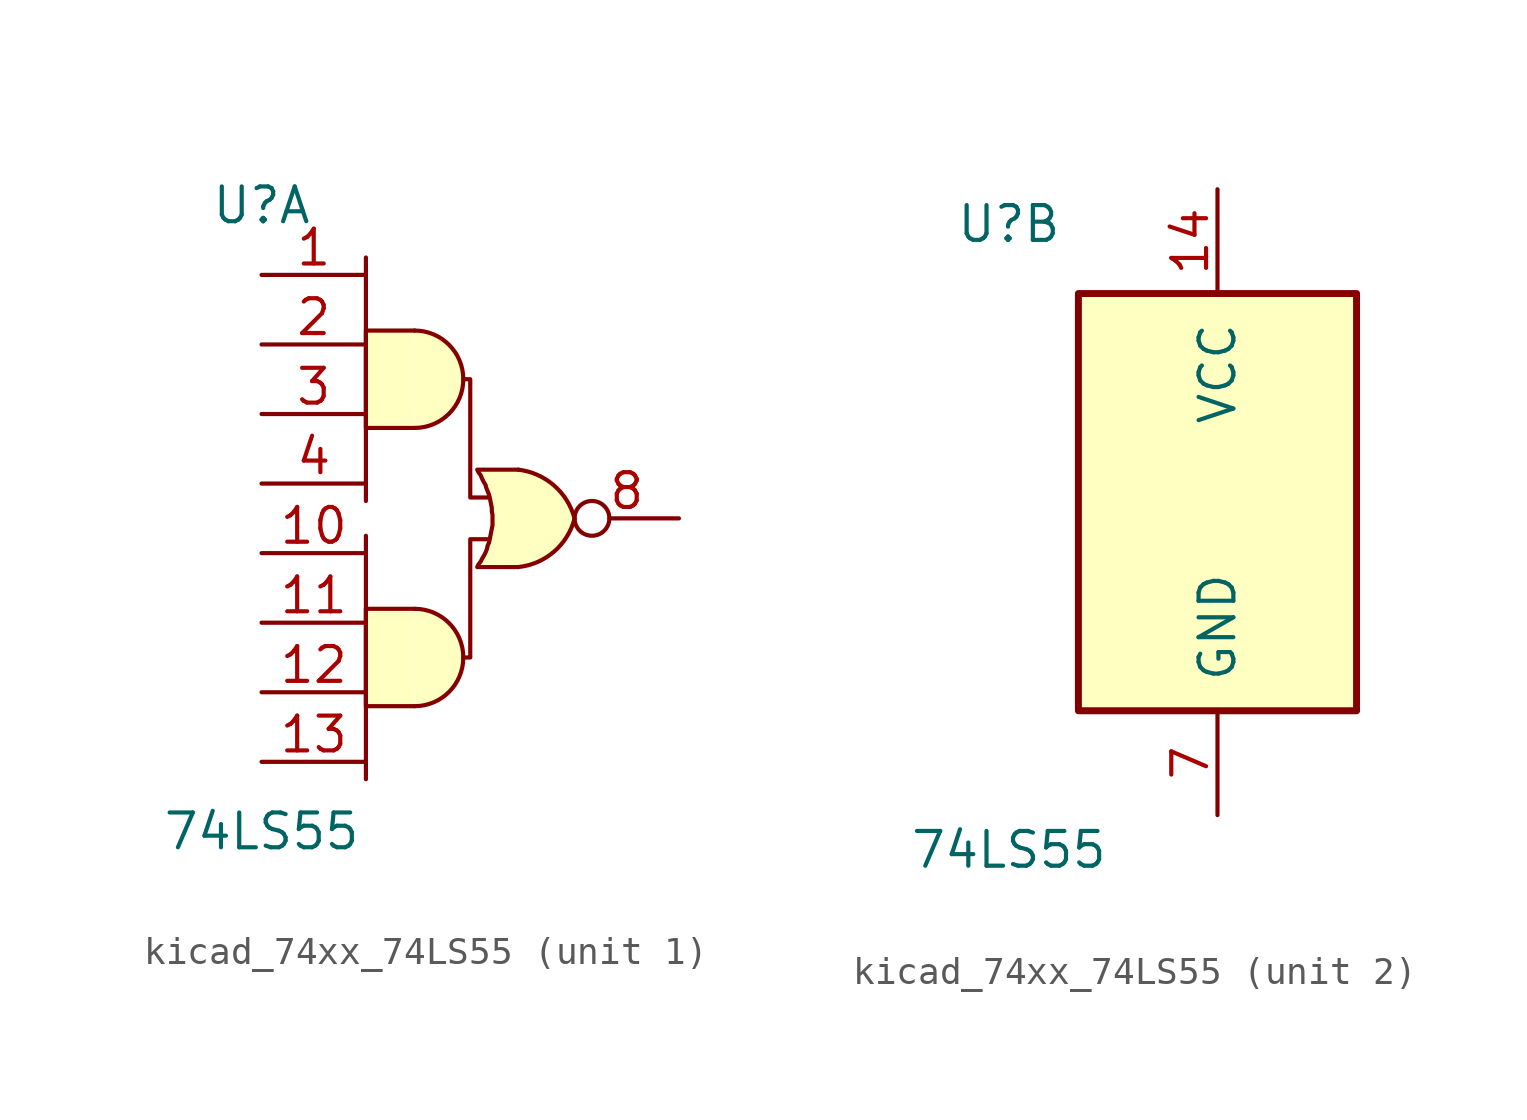
<source format=kicad_sym>
(kicad_symbol_lib
  (version 20220914)
  (generator kicad_symbol_editor)
  (symbol "kicad_74xx_74LS55"
    (pin_names
      (offset 1.016))
    (property "Reference" "U"
      (at -7.62 10.16 0)
      (effects (font (size 1.27 1.27))))
    (property "Value" "74LS55"
      (at -7.62 -12.7 0)
      (effects (font (size 1.27 1.27))))
    (property "ki_locked" ""
      (at 0 0 0)
      (effects (font (size 1.27 1.27))))
    (symbol "kicad_74xx_74LS55_1_0"
      (arc (start -2.032 -8.128) (mid -0.2617 -6.35) (end -2.032 -4.572) (stroke (width 0) (type default)) (fill (type background)))
      (arc (start -2.032 2.032) (mid -0.2617 3.81) (end -2.032 5.588) (stroke (width 0) (type default)) (fill (type background)))
      (polyline (pts (xy -3.81 -1.905) (xy -3.81 -10.795)) (stroke (width 0) (type default)) (fill (type none)))
      (polyline (pts (xy -3.81 8.255) (xy -3.81 -0.635)) (stroke (width 0) (type default)) (fill (type none)))
      (polyline (pts (xy -2.032 -4.572) (xy -3.81 -4.572) (xy -3.81 -8.128) (xy -2.032 -8.128)) (stroke (width 0) (type default)) (fill (type background)))
      (polyline (pts (xy -2.032 5.588) (xy -3.81 5.588) (xy -3.81 2.032) (xy -2.032 2.032)) (stroke (width 0) (type default)) (fill (type background)))
      (polyline (pts (xy -0.254 3.81) (xy 0 3.81) (xy 0 -0.508) (xy 0.635 -0.508)) (stroke (width 0) (type default)) (fill (type none)))
      (polyline (pts (xy 0.635 -2.032) (xy 0 -2.032) (xy 0 -6.35) (xy -0.254 -6.35)) (stroke (width 0) (type default)) (fill (type none)))
      (polyline (pts (xy 1.753 0.508) (xy 0.254 0.508) (xy 0.254 0.508) (xy 0.305 0.406) (xy 0.381 0.305) (xy 0.432 0.178) (xy 0.483 0.076) (xy 0.559 -0.051) (xy 0.584 -0.152) (xy 0.635 -0.279) (xy 0.686 -0.406) (xy 0.711 -0.508) (xy 0.737 -0.635) (xy 0.762 -0.762) (xy 0.787 -0.889) (xy 0.787 -1.016) (xy 0.813 -1.143) (xy 0.813 -1.27) (xy 0.813 -1.397) (xy 0.813 -1.524) (xy 0.787 -1.651) (xy 0.762 -1.778) (xy 0.737 -1.905) (xy 0.711 -2.032) (xy 0.686 -2.159) (xy 0.635 -2.261) (xy 0.61 -2.388) (xy 0.559 -2.515) (xy 0.508 -2.616) (xy 0.432 -2.743) (xy 0.381 -2.845) (xy 0.305 -2.946) (xy 0.254 -3.048) (xy 0.254 -3.048) (xy 1.753 -3.048)) (stroke (width 0.152) (type default)) (fill (type background)))
      (arc (start 1.7526 -3.048) (mid 3.0627 -2.4821) (end 3.81 -1.27) (stroke (width 0.1524) (type default)) (fill (type background)))
      (arc (start 3.81 -1.27) (mid 3.0558 -0.0659) (end 1.7526 0.508) (stroke (width 0.1524) (type default)) (fill (type background)))
      (pin input line (at -7.62 7.62 0) (length 3.81) (name "~" (effects (font (size 1.27 1.27)))) (number "1" (effects (font (size 1.27 1.27)))))
      (pin input line (at -7.62 -2.54 0) (length 3.81) (name "~" (effects (font (size 1.27 1.27)))) (number "10" (effects (font (size 1.27 1.27)))))
      (pin input line (at -7.62 -5.08 0) (length 3.81) (name "~" (effects (font (size 1.27 1.27)))) (number "11" (effects (font (size 1.27 1.27)))))
      (pin input line (at -7.62 -7.62 0) (length 3.81) (name "~" (effects (font (size 1.27 1.27)))) (number "12" (effects (font (size 1.27 1.27)))))
      (pin input line (at -7.62 -10.16 0) (length 3.81) (name "~" (effects (font (size 1.27 1.27)))) (number "13" (effects (font (size 1.27 1.27)))))
      (pin input line (at -7.62 5.08 0) (length 3.81) (name "~" (effects (font (size 1.27 1.27)))) (number "2" (effects (font (size 1.27 1.27)))))
      (pin input line (at -7.62 2.54 0) (length 3.81) (name "~" (effects (font (size 1.27 1.27)))) (number "3" (effects (font (size 1.27 1.27)))))
      (pin input line (at -7.62 0 0) (length 3.81) (name "~" (effects (font (size 1.27 1.27)))) (number "4" (effects (font (size 1.27 1.27)))))
      (pin output inverted (at 7.62 -1.27 180) (length 3.81) (name "~" (effects (font (size 1.27 1.27)))) (number "8" (effects (font (size 1.27 1.27))))))
    (symbol "kicad_74xx_74LS55_2_0"
      (pin power_in line (at 0 11.43 270) (length 3.81) (name "VCC" (effects (font (size 1.27 1.27)))) (number "14" (effects (font (size 1.27 1.27)))))
      (pin power_in line (at 0 -11.43 90) (length 3.81) (name "GND" (effects (font (size 1.27 1.27)))) (number "7" (effects (font (size 1.27 1.27))))))
    (symbol "kicad_74xx_74LS55_2_1"
      (rectangle (start -5.08 7.62) (end 5.08 -7.62) (stroke (width 0.254) (type default)) (fill (type background))))))
</source>
